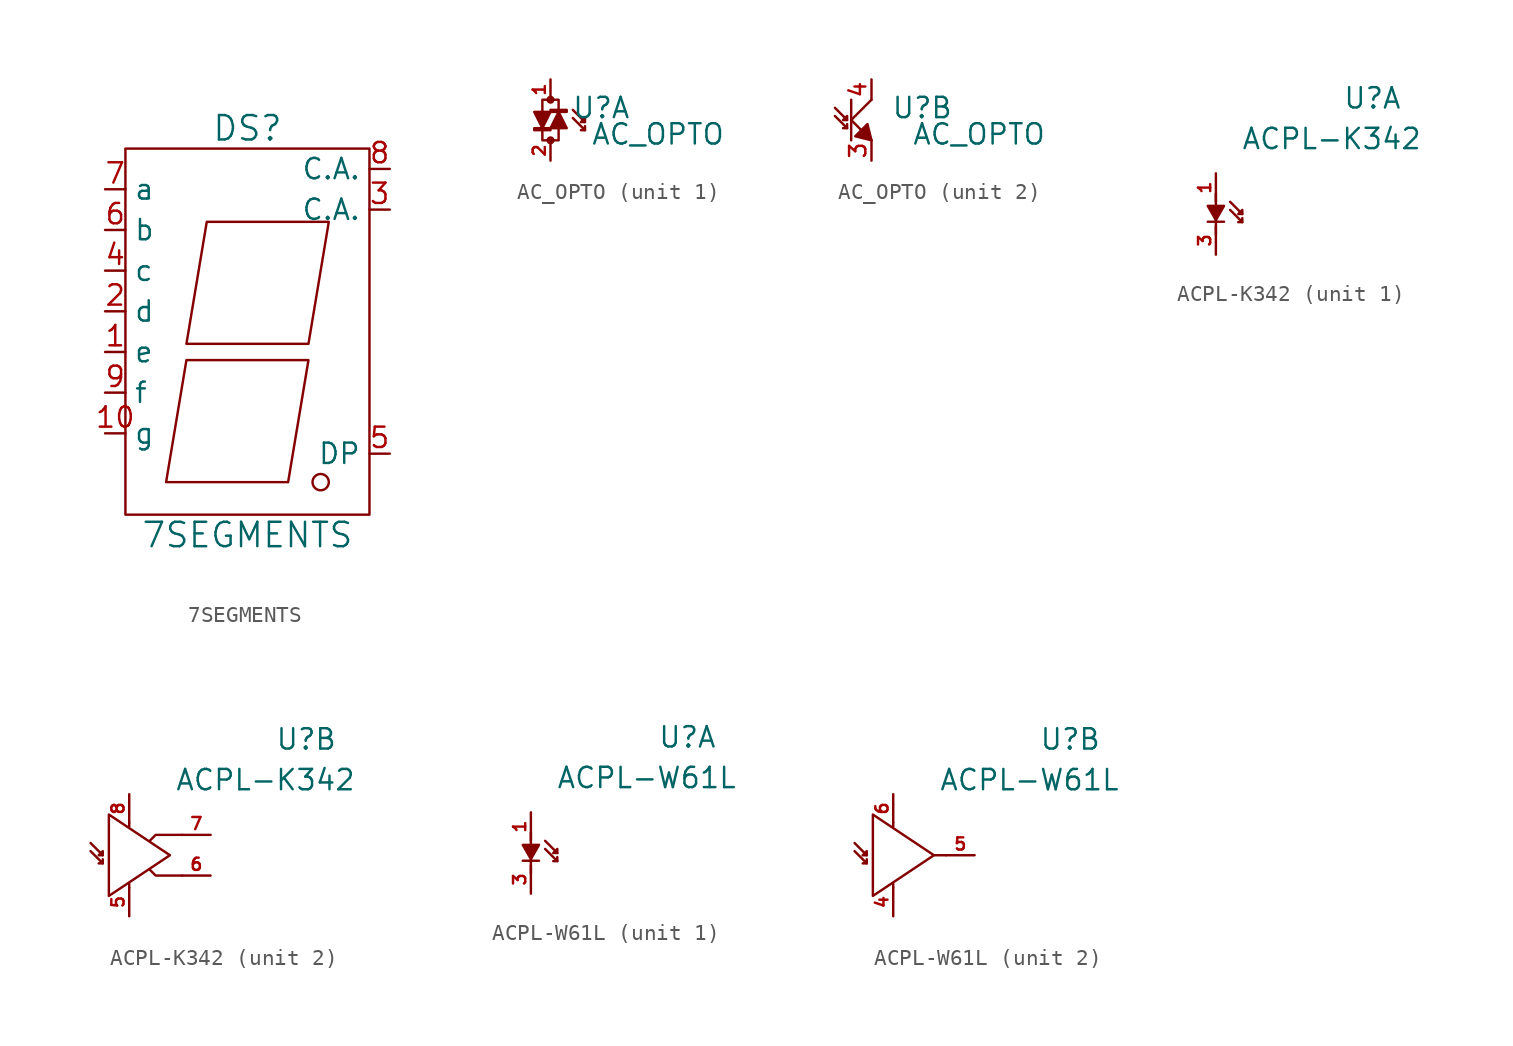
<source format=kicad_sym>
(kicad_symbol_lib
  (version 20220914)
  (generator kicad_symbol_editor)
  (symbol "7SEGMENTS"
    (property "Reference" "DS"
      (at 0 13.97 0)
      (effects (font (size 1.524 1.524))))
    (property "Value" "7SEGMENTS"
      (at 0 -11.43 0)
      (effects (font (size 1.524 1.524))))
    (property "Footprint" ""
      (at 0 0 0)
      (effects (font (size 1.524 1.524))))
    (property "Datasheet" ""
      (at 0 0 0)
      (effects (font (size 1.524 1.524))))
    (symbol "7SEGMENTS_0_1"
      (rectangle (start -7.62 12.7) (end 7.62 -10.16) (stroke (width 0) (type solid)) (fill (type none)))
      (polyline (pts (xy -3.81 -0.508) (xy 3.81 -0.508) (xy 2.54 -8.128) (xy -5.08 -8.128) (xy -3.81 -0.508) (xy -3.81 -0.508)) (stroke (width 0) (type solid)) (fill (type none)))
      (polyline (pts (xy -2.54 8.128) (xy 5.08 8.128) (xy 3.81 0.508) (xy -3.81 0.508) (xy -2.54 8.128) (xy -2.54 8.128)) (stroke (width 0) (type solid)) (fill (type none)))
      (circle (center 4.572 -8.128) (radius 0.508) (stroke (width 0) (type solid)) (fill (type none))))
    (symbol "7SEGMENTS_1_1"
      (pin input line (at -8.89 0 0) (length 1.27) (name "e" (effects (font (size 1.27 1.27)))) (number "1" (effects (font (size 1.27 1.27)))))
      (pin input line (at -8.89 -5.08 0) (length 1.27) (name "g" (effects (font (size 1.27 1.27)))) (number "10" (effects (font (size 1.27 1.27)))))
      (pin input line (at -8.89 2.54 0) (length 1.27) (name "d" (effects (font (size 1.27 1.27)))) (number "2" (effects (font (size 1.27 1.27)))))
      (pin input line (at 8.89 8.89 180) (length 1.27) (name "C.A." (effects (font (size 1.27 1.27)))) (number "3" (effects (font (size 1.27 1.27)))))
      (pin input line (at -8.89 5.08 0) (length 1.27) (name "c" (effects (font (size 1.27 1.27)))) (number "4" (effects (font (size 1.27 1.27)))))
      (pin input line (at 8.89 -6.35 180) (length 1.27) (name "DP" (effects (font (size 1.27 1.27)))) (number "5" (effects (font (size 1.27 1.27)))))
      (pin input line (at -8.89 7.62 0) (length 1.27) (name "b" (effects (font (size 1.27 1.27)))) (number "6" (effects (font (size 1.27 1.27)))))
      (pin input line (at -8.89 10.16 0) (length 1.27) (name "a" (effects (font (size 1.27 1.27)))) (number "7" (effects (font (size 1.27 1.27)))))
      (pin input line (at 8.89 11.43 180) (length 1.27) (name "C.A." (effects (font (size 1.27 1.27)))) (number "8" (effects (font (size 1.27 1.27)))))
      (pin input line (at -8.89 -2.54 0) (length 1.27) (name "f" (effects (font (size 1.27 1.27)))) (number "9" (effects (font (size 1.27 1.27)))))))
  (symbol "AC_OPTO"
    (pin_names
      (offset 0) hide)
    (property "Reference" "U"
      (at 3.175 0.762 0)
      (effects (font (size 1.27 1.27))))
    (property "Value" "AC_OPTO"
      (at 6.731 -0.889 0)
      (effects (font (size 1.27 1.27))))
    (property "Footprint" ""
      (at -2.159 -0.254 0)
      (effects (font (size 1.524 1.524))))
    (property "Datasheet" ""
      (at 0 0 0)
      (effects (font (size 1.524 1.524))))
    (property "ki_locked" ""
      (at 0 0 0)
      (effects (font (size 1.27 1.27))))
    (symbol "AC_OPTO_1_1"
      (circle (center 0 -1.27) (radius 0.178) (stroke (width 0) (type solid)) (fill (type outline)))
      (rectangle (start 0 -0.635) (end -1.016 -0.508) (stroke (width 0) (type solid)) (fill (type outline)))
      (polyline (pts (xy 2.159 -0.127) (xy 1.397 0.635) (xy 1.397 0.635)) (stroke (width 0) (type solid)) (fill (type none)))
      (polyline (pts (xy -0.508 -0.508) (xy -1.016 0.508) (xy 0 0.508) (xy -0.508 -0.508)) (stroke (width 0) (type solid)) (fill (type outline)))
      (polyline (pts (xy 0 -0.508) (xy 1.016 -0.508) (xy 0.508 0.508) (xy 0 -0.508)) (stroke (width 0) (type solid)) (fill (type outline)))
      (polyline (pts (xy 2.159 -0.635) (xy 1.397 0.127) (xy 1.397 0.127) (xy 1.397 0.127)) (stroke (width 0) (type solid)) (fill (type none)))
      (polyline (pts (xy 2.159 -0.381) (xy 2.159 -0.635) (xy 1.905 -0.635) (xy 1.905 -0.635)) (stroke (width 0) (type solid)) (fill (type outline)))
      (polyline (pts (xy -0.508 0.508) (xy -0.508 1.27) (xy 0.508 1.27) (xy 0.508 0.508) (xy 0.508 0.508)) (stroke (width 0) (type solid)) (fill (type none)))
      (polyline (pts (xy 0.508 -0.508) (xy 0.508 -1.27) (xy -0.508 -1.27) (xy -0.508 -0.508) (xy -0.508 -0.508)) (stroke (width 0) (type solid)) (fill (type none)))
      (polyline (pts (xy 1.905 -0.127) (xy 2.159 -0.127) (xy 2.159 0.127) (xy 1.905 -0.127) (xy 1.905 -0.127)) (stroke (width 0) (type solid)) (fill (type outline)))
      (circle (center 0 1.27) (radius 0.178) (stroke (width 0) (type solid)) (fill (type outline)))
      (rectangle (start 1.016 0.635) (end 0 0.508) (stroke (width 0) (type solid)) (fill (type none)))
      (pin passive line (at 0 2.54 270) (length 1.27) (name "IN_1" (effects (font (size 0.762 0.762)))) (number "1" (effects (font (size 0.762 0.762)))))
      (pin passive line (at 0 -2.54 90) (length 1.27) (name "IN_2" (effects (font (size 0.762 0.762)))) (number "2" (effects (font (size 0.762 0.762))))))
    (symbol "AC_OPTO_2_1"
      (polyline (pts (xy -1.524 0) (xy -2.286 0.762) (xy -2.286 0.762)) (stroke (width 0) (type solid)) (fill (type none)))
      (polyline (pts (xy -1.27 0) (xy 0 -1.27) (xy 0 -1.27)) (stroke (width 0) (type solid)) (fill (type outline)))
      (polyline (pts (xy -1.27 0) (xy 0 1.27) (xy 0 1.27)) (stroke (width 0) (type solid)) (fill (type outline)))
      (polyline (pts (xy -1.27 1.27) (xy -1.27 -1.27) (xy -1.27 -1.27)) (stroke (width 0) (type solid)) (fill (type outline)))
      (polyline (pts (xy -1.524 -0.508) (xy -2.286 0.254) (xy -2.286 0.254) (xy -2.286 0.254)) (stroke (width 0) (type solid)) (fill (type none)))
      (polyline (pts (xy -1.524 -0.254) (xy -1.524 -0.508) (xy -1.778 -0.508) (xy -1.778 -0.508)) (stroke (width 0) (type solid)) (fill (type outline)))
      (polyline (pts (xy -0.254 -0.254) (xy 0 -1.27) (xy -1.016 -1.016) (xy -0.254 -0.254)) (stroke (width 0) (type solid)) (fill (type outline)))
      (polyline (pts (xy -1.778 0) (xy -1.524 0) (xy -1.524 0.254) (xy -1.778 0) (xy -1.778 0)) (stroke (width 0) (type solid)) (fill (type outline)))
      (pin passive line (at 0 -2.54 90) (length 1.27) (name "E" (effects (font (size 1.016 1.016)))) (number "3" (effects (font (size 1.016 1.016)))))
      (pin passive line (at 0 2.54 270) (length 1.27) (name "C" (effects (font (size 1.016 1.016)))) (number "4" (effects (font (size 1.016 1.016)))))))
  (symbol "ACPL-K342"
    (pin_names
      (offset 0) hide)
    (property "Reference" "U"
      (at 9.779 7.239 0)
      (effects (font (size 1.27 1.27))))
    (property "Value" "ACPL-K342"
      (at 7.239 4.699 0)
      (effects (font (size 1.27 1.27))))
    (property "Footprint" ""
      (at -3.302 0 0)
      (effects (font (size 1.524 1.524))))
    (property "Datasheet" ""
      (at 0 0 0)
      (effects (font (size 1.524 1.524))))
    (property "ki_locked" ""
      (at 0 0 0)
      (effects (font (size 1.27 1.27))))
    (symbol "ACPL-K342_1_1"
      (polyline (pts (xy 0 -1.27) (xy 0 1.27)) (stroke (width 0) (type solid)) (fill (type none)))
      (polyline (pts (xy 0.508 -0.483) (xy -0.508 -0.483)) (stroke (width 0) (type solid)) (fill (type none)))
      (polyline (pts (xy 1.651 0) (xy 0.889 0.762) (xy 0.889 0.762)) (stroke (width 0) (type solid)) (fill (type none)))
      (polyline (pts (xy 0 -0.381) (xy -0.508 0.508) (xy 0.508 0.508) (xy 0 -0.381)) (stroke (width 0) (type solid)) (fill (type outline)))
      (polyline (pts (xy 1.651 -0.508) (xy 0.889 0.254) (xy 0.889 0.254) (xy 0.889 0.254)) (stroke (width 0) (type solid)) (fill (type none)))
      (polyline (pts (xy 1.651 -0.254) (xy 1.651 -0.508) (xy 1.397 -0.508) (xy 1.397 -0.508)) (stroke (width 0) (type solid)) (fill (type outline)))
      (polyline (pts (xy 1.397 0) (xy 1.651 0) (xy 1.651 0.254) (xy 1.397 0) (xy 1.397 0)) (stroke (width 0) (type solid)) (fill (type outline)))
      (pin passive line (at 0 2.54 270) (length 1.778) (name "A" (effects (font (size 0.762 0.762)))) (number "1" (effects (font (size 0.762 0.762)))))
      (pin passive line (at 0 -2.54 90) (length 1.778) (name "K" (effects (font (size 0.762 0.762)))) (number "3" (effects (font (size 0.762 0.762))))))
    (symbol "ACPL-K342_2_1"
      (polyline (pts (xy -1.27 -2.032) (xy -1.27 -1.778)) (stroke (width 0) (type solid)) (fill (type none)))
      (polyline (pts (xy -1.27 2.032) (xy -1.27 1.778)) (stroke (width 0) (type solid)) (fill (type none)))
      (polyline (pts (xy -2.921 0) (xy -3.683 0.762) (xy -3.683 0.762)) (stroke (width 0) (type solid)) (fill (type none)))
      (polyline (pts (xy 0 -0.889) (xy 0.381 -1.27) (xy 2.032 -1.27)) (stroke (width 0) (type solid)) (fill (type none)))
      (polyline (pts (xy 0 0.889) (xy 0.381 1.27) (xy 2.032 1.27)) (stroke (width 0) (type solid)) (fill (type none)))
      (polyline (pts (xy -2.921 -0.508) (xy -3.683 0.254) (xy -3.683 0.254) (xy -3.683 0.254)) (stroke (width 0) (type solid)) (fill (type none)))
      (polyline (pts (xy -2.921 -0.254) (xy -2.921 -0.508) (xy -3.175 -0.508) (xy -3.175 -0.508)) (stroke (width 0) (type solid)) (fill (type outline)))
      (polyline (pts (xy -2.54 2.54) (xy -2.54 -2.54) (xy 1.27 0) (xy -2.54 2.54)) (stroke (width 0) (type solid)) (fill (type none)))
      (polyline (pts (xy -3.175 0) (xy -2.921 0) (xy -2.921 0.254) (xy -3.175 0) (xy -3.175 0)) (stroke (width 0) (type solid)) (fill (type outline)))
      (pin passive line (at -1.27 -3.81 90) (length 1.778) (name "Vee" (effects (font (size 0.762 0.762)))) (number "5" (effects (font (size 0.762 0.762)))))
      (pin passive line (at 3.81 -1.27 180) (length 1.778) (name "Vclamp" (effects (font (size 0.762 0.762)))) (number "6" (effects (font (size 0.762 0.762)))))
      (pin passive line (at 3.81 1.27 180) (length 1.778) (name "Vout" (effects (font (size 0.762 0.762)))) (number "7" (effects (font (size 0.762 0.762)))))
      (pin passive line (at -1.27 3.81 270) (length 1.778) (name "Vcc" (effects (font (size 0.762 0.762)))) (number "8" (effects (font (size 0.762 0.762)))))))
  (symbol "ACPL-W61L"
    (pin_names
      (offset 0) hide)
    (property "Reference" "U"
      (at 9.779 7.239 0)
      (effects (font (size 1.27 1.27))))
    (property "Value" "ACPL-W61L"
      (at 7.239 4.699 0)
      (effects (font (size 1.27 1.27))))
    (property "Footprint" ""
      (at -3.302 0 0)
      (effects (font (size 1.524 1.524))))
    (property "Datasheet" ""
      (at 0 0 0)
      (effects (font (size 1.524 1.524))))
    (property "ki_locked" ""
      (at 0 0 0)
      (effects (font (size 1.27 1.27))))
    (symbol "ACPL-W61L_1_1"
      (polyline (pts (xy 0 -1.27) (xy 0 1.27)) (stroke (width 0) (type solid)) (fill (type none)))
      (polyline (pts (xy 0.508 -0.483) (xy -0.508 -0.483)) (stroke (width 0) (type solid)) (fill (type none)))
      (polyline (pts (xy 1.651 0) (xy 0.889 0.762) (xy 0.889 0.762)) (stroke (width 0) (type solid)) (fill (type none)))
      (polyline (pts (xy 0 -0.381) (xy -0.508 0.508) (xy 0.508 0.508) (xy 0 -0.381)) (stroke (width 0) (type solid)) (fill (type outline)))
      (polyline (pts (xy 1.651 -0.508) (xy 0.889 0.254) (xy 0.889 0.254) (xy 0.889 0.254)) (stroke (width 0) (type solid)) (fill (type none)))
      (polyline (pts (xy 1.651 -0.254) (xy 1.651 -0.508) (xy 1.397 -0.508) (xy 1.397 -0.508)) (stroke (width 0) (type solid)) (fill (type outline)))
      (polyline (pts (xy 1.397 0) (xy 1.651 0) (xy 1.651 0.254) (xy 1.397 0) (xy 1.397 0)) (stroke (width 0) (type solid)) (fill (type outline)))
      (pin passive line (at 0 2.54 270) (length 1.778) (name "A" (effects (font (size 0.762 0.762)))) (number "1" (effects (font (size 0.762 0.762)))))
      (pin passive line (at 0 -2.54 90) (length 1.778) (name "K" (effects (font (size 0.762 0.762)))) (number "3" (effects (font (size 0.762 0.762))))))
    (symbol "ACPL-W61L_2_1"
      (polyline (pts (xy -1.27 -2.032) (xy -1.27 -1.778)) (stroke (width 0) (type solid)) (fill (type none)))
      (polyline (pts (xy -1.27 2.032) (xy -1.27 1.778)) (stroke (width 0) (type solid)) (fill (type none)))
      (polyline (pts (xy 2.032 0) (xy 1.27 0)) (stroke (width 0) (type solid)) (fill (type none)))
      (polyline (pts (xy -2.921 0) (xy -3.683 0.762) (xy -3.683 0.762)) (stroke (width 0) (type solid)) (fill (type none)))
      (polyline (pts (xy -2.921 -0.508) (xy -3.683 0.254) (xy -3.683 0.254) (xy -3.683 0.254)) (stroke (width 0) (type solid)) (fill (type none)))
      (polyline (pts (xy -2.921 -0.254) (xy -2.921 -0.508) (xy -3.175 -0.508) (xy -3.175 -0.508)) (stroke (width 0) (type solid)) (fill (type outline)))
      (polyline (pts (xy -2.54 2.54) (xy -2.54 -2.54) (xy 1.27 0) (xy -2.54 2.54)) (stroke (width 0) (type solid)) (fill (type none)))
      (polyline (pts (xy -3.175 0) (xy -2.921 0) (xy -2.921 0.254) (xy -3.175 0) (xy -3.175 0)) (stroke (width 0) (type solid)) (fill (type outline)))
      (pin passive line (at -1.27 -3.81 90) (length 1.778) (name "GND" (effects (font (size 0.762 0.762)))) (number "4" (effects (font (size 0.762 0.762)))))
      (pin passive line (at 3.81 0 180) (length 1.778) (name "Vo" (effects (font (size 0.762 0.762)))) (number "5" (effects (font (size 0.762 0.762)))))
      (pin passive line (at -1.27 3.81 270) (length 1.778) (name "VDD" (effects (font (size 0.762 0.762)))) (number "6" (effects (font (size 0.762 0.762))))))))
</source>
